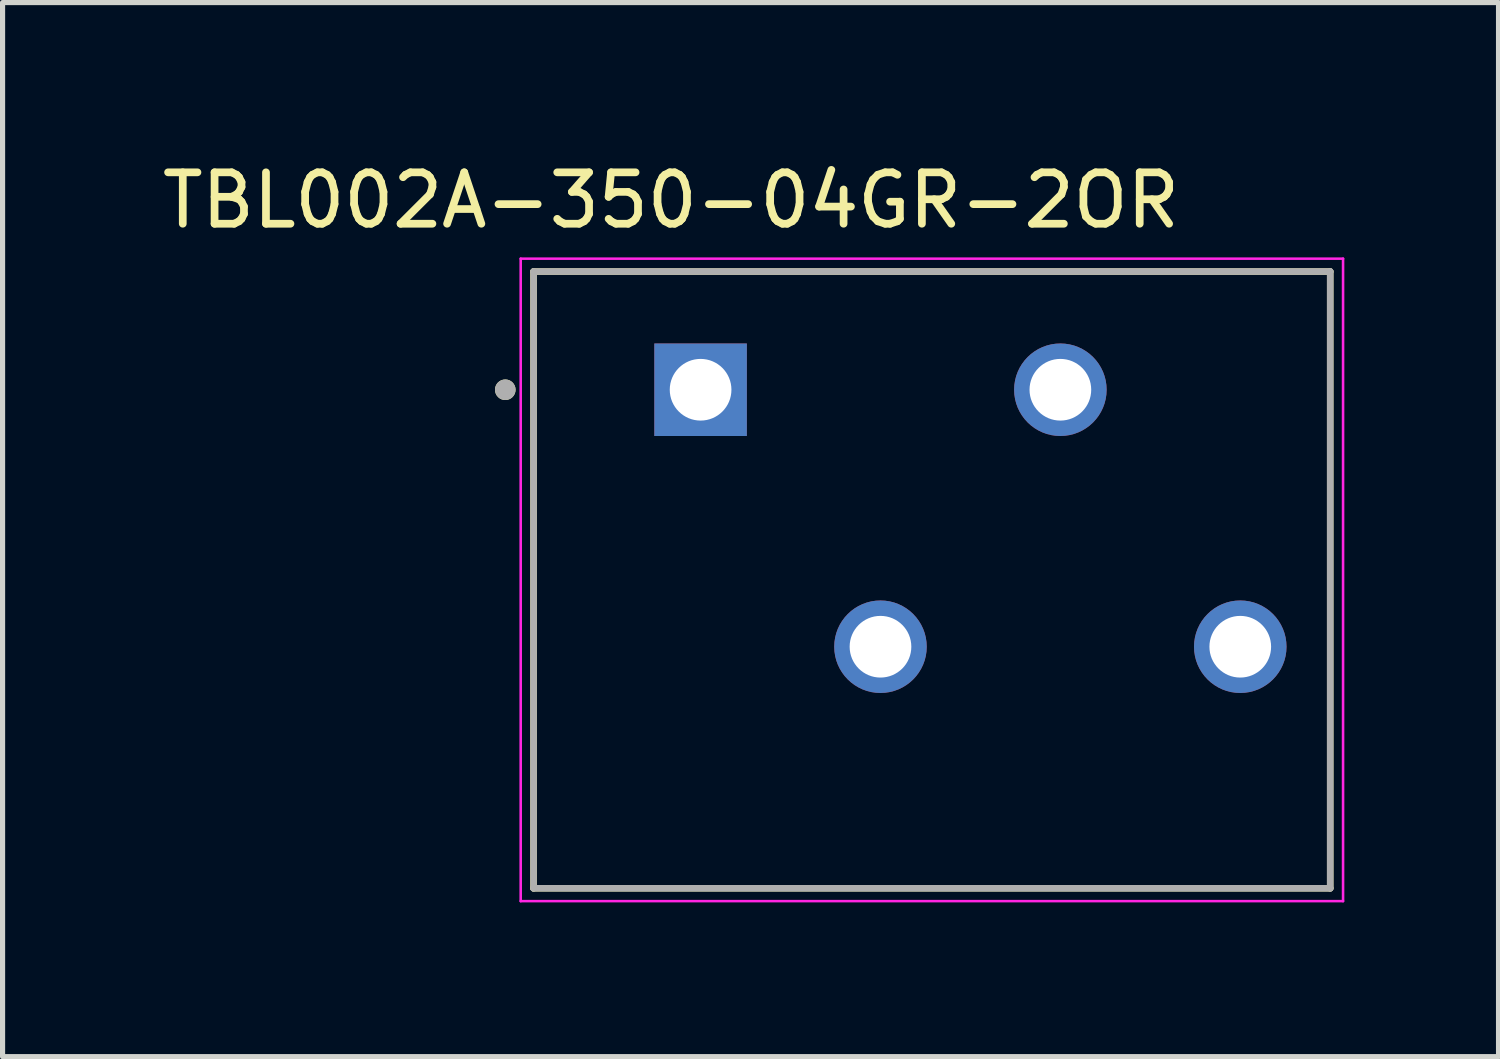
<source format=kicad_pcb>
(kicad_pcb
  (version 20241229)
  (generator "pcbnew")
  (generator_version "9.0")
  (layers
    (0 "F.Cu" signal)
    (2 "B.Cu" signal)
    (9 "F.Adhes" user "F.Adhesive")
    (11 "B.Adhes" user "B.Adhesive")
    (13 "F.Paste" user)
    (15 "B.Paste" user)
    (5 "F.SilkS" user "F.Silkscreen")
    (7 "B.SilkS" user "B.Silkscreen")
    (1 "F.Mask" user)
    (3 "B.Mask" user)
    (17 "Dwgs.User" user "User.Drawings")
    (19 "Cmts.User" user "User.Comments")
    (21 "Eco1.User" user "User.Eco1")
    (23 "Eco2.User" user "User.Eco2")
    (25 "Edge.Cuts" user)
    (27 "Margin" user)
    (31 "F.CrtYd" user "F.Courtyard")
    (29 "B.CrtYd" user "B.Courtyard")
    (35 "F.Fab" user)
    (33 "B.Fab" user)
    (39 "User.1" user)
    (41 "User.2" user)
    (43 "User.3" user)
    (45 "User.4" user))
  (footprint "TBL002A-350-04GR-2OR"
    (layer "F.Cu")
    (at 10.581 4.533)
    (property "Reference" "TBL002A-350-04GR-2OR" (at -0.575 -3.685 0) (layer "F.SilkS") (effects (font (size 1 1) (thickness 0.15))))
    (attr through_hole)
    (fp_line (start -3.25 -2.3) (end 12.25 -2.3) (stroke (width 0.127) (type solid)) (layer "F.SilkS"))
    (fp_line (start -3.25 9.7) (end -3.25 -2.3) (stroke (width 0.127) (type solid)) (layer "F.SilkS"))
    (fp_line (start 12.25 -2.3) (end 12.25 9.7) (stroke (width 0.127) (type solid)) (layer "F.SilkS"))
    (fp_line (start 12.25 9.7) (end -3.25 9.7) (stroke (width 0.127) (type solid)) (layer "F.SilkS"))
    (fp_circle (center -3.8 0) (end -3.7 0) (stroke (width 0.2) (type solid)) (fill no) (layer "F.SilkS"))
    (fp_line (start -3.5 -2.55) (end 12.5 -2.55) (stroke (width 0.05) (type solid)) (layer "F.CrtYd"))
    (fp_line (start -3.5 9.95) (end -3.5 -2.55) (stroke (width 0.05) (type solid)) (layer "F.CrtYd"))
    (fp_line (start 12.5 -2.55) (end 12.5 9.95) (stroke (width 0.05) (type solid)) (layer "F.CrtYd"))
    (fp_line (start 12.5 9.95) (end -3.5 9.95) (stroke (width 0.05) (type solid)) (layer "F.CrtYd"))
    (fp_line (start -3.25 -2.3) (end 12.25 -2.3) (stroke (width 0.127) (type solid)) (layer "F.Fab"))
    (fp_line (start -3.25 9.7) (end -3.25 -2.3) (stroke (width 0.127) (type solid)) (layer "F.Fab"))
    (fp_line (start 12.25 -2.3) (end 12.25 9.7) (stroke (width 0.127) (type solid)) (layer "F.Fab"))
    (fp_line (start 12.25 9.7) (end -3.25 9.7) (stroke (width 0.127) (type solid)) (layer "F.Fab"))
    (fp_circle (center -3.8 0) (end -3.7 0) (stroke (width 0.2) (type solid)) (fill no) (layer "F.Fab"))
    (pad "1" thru_hole rect (at 0 0) (size 1.8 1.8) (drill 1.2) (layers "*.Cu" "*.Mask"))
    (pad "2" thru_hole circle (at 3.5 5) (size 1.8 1.8) (drill 1.2) (layers "*.Cu" "*.Mask"))
    (pad "3" thru_hole circle (at 7 0) (size 1.8 1.8) (drill 1.2) (layers "*.Cu" "*.Mask"))
    (pad "4" thru_hole circle (at 10.5 5) (size 1.8 1.8) (drill 1.2) (layers "*.Cu" "*.Mask")))
  (gr_rect
    (start -3 -3)
    (end 26.106 17.508)
    (stroke (width 0.1) (type default))
    (fill no)
    (layer "Edge.Cuts")))
</source>
